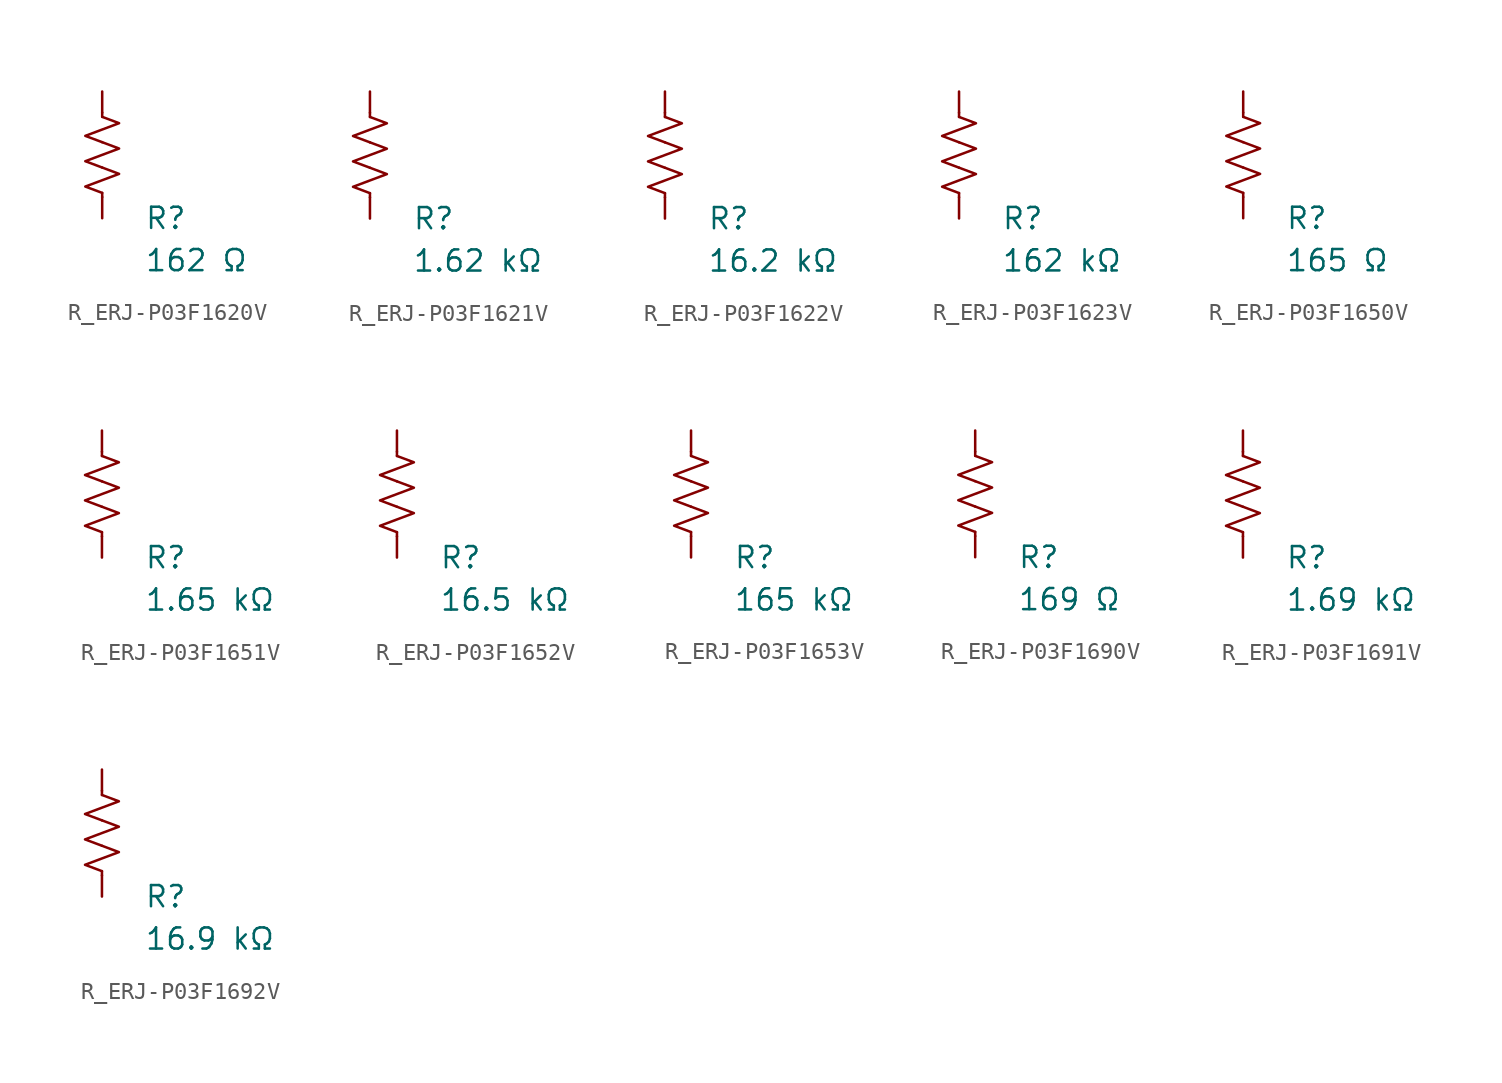
<source format=kicad_sym>
(kicad_symbol_lib
  (version 20231120)
  (generator "kicad_symbol_editor")
  (generator_version "8.0")
  (symbol "R_ERJ-P03F1620V"
    (pin_numbers hide)
    (pin_names
      (offset 0))
    (property "Reference" "R"
      (at 2.54 -3.81 0)
      (effects (font (size 1.27 1.27)) (justify left))
      (show_name no))
    (property "Value" "162 Ω"
      (at 2.54 -6.35 0)
      (effects (font (size 1.27 1.27)) (justify left))
      (show_name no))
    (symbol "R_ERJ-P03F1620V_0_1"
      (polyline (pts (xy 0 -2.286) (xy 0 -2.54)) (stroke (width 0) (type default)) (fill (type none)))
      (polyline (pts (xy 0 2.286) (xy 0 2.54)) (stroke (width 0) (type default)) (fill (type none)))
      (polyline (pts (xy 0 -0.762) (xy 1.016 -1.143) (xy 0 -1.524) (xy -1.016 -1.905) (xy 0 -2.286)) (stroke (width 0) (type default)) (fill (type none)))
      (polyline (pts (xy 0 0.762) (xy 1.016 0.381) (xy 0 0) (xy -1.016 -0.381) (xy 0 -0.762)) (stroke (width 0) (type default)) (fill (type none)))
      (polyline (pts (xy 0 2.286) (xy 1.016 1.905) (xy 0 1.524) (xy -1.016 1.143) (xy 0 0.762)) (stroke (width 0) (type default)) (fill (type none))))
    (symbol "R_ERJ-P03F1620V_1_1"
      (pin passive line (at 0 3.81 270) (length 1.27) (name "~" (effects (font (size 1.27 1.27)))) (number "1" (effects (font (size 1.27 1.27)))))
      (pin passive line (at 0 -3.81 90) (length 1.27) (name "~" (effects (font (size 1.27 1.27)))) (number "2" (effects (font (size 1.27 1.27)))))))
  (symbol "R_ERJ-P03F1621V"
    (pin_numbers hide)
    (pin_names
      (offset 0))
    (property "Reference" "R"
      (at 2.54 -3.81 0)
      (effects (font (size 1.27 1.27)) (justify left))
      (show_name no))
    (property "Value" "1.62 kΩ"
      (at 2.54 -6.35 0)
      (effects (font (size 1.27 1.27)) (justify left))
      (show_name no))
    (symbol "R_ERJ-P03F1621V_0_1"
      (polyline (pts (xy 0 -2.286) (xy 0 -2.54)) (stroke (width 0) (type default)) (fill (type none)))
      (polyline (pts (xy 0 2.286) (xy 0 2.54)) (stroke (width 0) (type default)) (fill (type none)))
      (polyline (pts (xy 0 -0.762) (xy 1.016 -1.143) (xy 0 -1.524) (xy -1.016 -1.905) (xy 0 -2.286)) (stroke (width 0) (type default)) (fill (type none)))
      (polyline (pts (xy 0 0.762) (xy 1.016 0.381) (xy 0 0) (xy -1.016 -0.381) (xy 0 -0.762)) (stroke (width 0) (type default)) (fill (type none)))
      (polyline (pts (xy 0 2.286) (xy 1.016 1.905) (xy 0 1.524) (xy -1.016 1.143) (xy 0 0.762)) (stroke (width 0) (type default)) (fill (type none))))
    (symbol "R_ERJ-P03F1621V_1_1"
      (pin passive line (at 0 3.81 270) (length 1.27) (name "~" (effects (font (size 1.27 1.27)))) (number "1" (effects (font (size 1.27 1.27)))))
      (pin passive line (at 0 -3.81 90) (length 1.27) (name "~" (effects (font (size 1.27 1.27)))) (number "2" (effects (font (size 1.27 1.27)))))))
  (symbol "R_ERJ-P03F1622V"
    (pin_numbers hide)
    (pin_names
      (offset 0))
    (property "Reference" "R"
      (at 2.54 -3.81 0)
      (effects (font (size 1.27 1.27)) (justify left))
      (show_name no))
    (property "Value" "16.2 kΩ"
      (at 2.54 -6.35 0)
      (effects (font (size 1.27 1.27)) (justify left))
      (show_name no))
    (symbol "R_ERJ-P03F1622V_0_1"
      (polyline (pts (xy 0 -2.286) (xy 0 -2.54)) (stroke (width 0) (type default)) (fill (type none)))
      (polyline (pts (xy 0 2.286) (xy 0 2.54)) (stroke (width 0) (type default)) (fill (type none)))
      (polyline (pts (xy 0 -0.762) (xy 1.016 -1.143) (xy 0 -1.524) (xy -1.016 -1.905) (xy 0 -2.286)) (stroke (width 0) (type default)) (fill (type none)))
      (polyline (pts (xy 0 0.762) (xy 1.016 0.381) (xy 0 0) (xy -1.016 -0.381) (xy 0 -0.762)) (stroke (width 0) (type default)) (fill (type none)))
      (polyline (pts (xy 0 2.286) (xy 1.016 1.905) (xy 0 1.524) (xy -1.016 1.143) (xy 0 0.762)) (stroke (width 0) (type default)) (fill (type none))))
    (symbol "R_ERJ-P03F1622V_1_1"
      (pin passive line (at 0 3.81 270) (length 1.27) (name "~" (effects (font (size 1.27 1.27)))) (number "1" (effects (font (size 1.27 1.27)))))
      (pin passive line (at 0 -3.81 90) (length 1.27) (name "~" (effects (font (size 1.27 1.27)))) (number "2" (effects (font (size 1.27 1.27)))))))
  (symbol "R_ERJ-P03F1623V"
    (pin_numbers hide)
    (pin_names
      (offset 0))
    (property "Reference" "R"
      (at 2.54 -3.81 0)
      (effects (font (size 1.27 1.27)) (justify left))
      (show_name no))
    (property "Value" "162 kΩ"
      (at 2.54 -6.35 0)
      (effects (font (size 1.27 1.27)) (justify left))
      (show_name no))
    (symbol "R_ERJ-P03F1623V_0_1"
      (polyline (pts (xy 0 -2.286) (xy 0 -2.54)) (stroke (width 0) (type default)) (fill (type none)))
      (polyline (pts (xy 0 2.286) (xy 0 2.54)) (stroke (width 0) (type default)) (fill (type none)))
      (polyline (pts (xy 0 -0.762) (xy 1.016 -1.143) (xy 0 -1.524) (xy -1.016 -1.905) (xy 0 -2.286)) (stroke (width 0) (type default)) (fill (type none)))
      (polyline (pts (xy 0 0.762) (xy 1.016 0.381) (xy 0 0) (xy -1.016 -0.381) (xy 0 -0.762)) (stroke (width 0) (type default)) (fill (type none)))
      (polyline (pts (xy 0 2.286) (xy 1.016 1.905) (xy 0 1.524) (xy -1.016 1.143) (xy 0 0.762)) (stroke (width 0) (type default)) (fill (type none))))
    (symbol "R_ERJ-P03F1623V_1_1"
      (pin passive line (at 0 3.81 270) (length 1.27) (name "~" (effects (font (size 1.27 1.27)))) (number "1" (effects (font (size 1.27 1.27)))))
      (pin passive line (at 0 -3.81 90) (length 1.27) (name "~" (effects (font (size 1.27 1.27)))) (number "2" (effects (font (size 1.27 1.27)))))))
  (symbol "R_ERJ-P03F1650V"
    (pin_numbers hide)
    (pin_names
      (offset 0))
    (property "Reference" "R"
      (at 2.54 -3.81 0)
      (effects (font (size 1.27 1.27)) (justify left))
      (show_name no))
    (property "Value" "165 Ω"
      (at 2.54 -6.35 0)
      (effects (font (size 1.27 1.27)) (justify left))
      (show_name no))
    (symbol "R_ERJ-P03F1650V_0_1"
      (polyline (pts (xy 0 -2.286) (xy 0 -2.54)) (stroke (width 0) (type default)) (fill (type none)))
      (polyline (pts (xy 0 2.286) (xy 0 2.54)) (stroke (width 0) (type default)) (fill (type none)))
      (polyline (pts (xy 0 -0.762) (xy 1.016 -1.143) (xy 0 -1.524) (xy -1.016 -1.905) (xy 0 -2.286)) (stroke (width 0) (type default)) (fill (type none)))
      (polyline (pts (xy 0 0.762) (xy 1.016 0.381) (xy 0 0) (xy -1.016 -0.381) (xy 0 -0.762)) (stroke (width 0) (type default)) (fill (type none)))
      (polyline (pts (xy 0 2.286) (xy 1.016 1.905) (xy 0 1.524) (xy -1.016 1.143) (xy 0 0.762)) (stroke (width 0) (type default)) (fill (type none))))
    (symbol "R_ERJ-P03F1650V_1_1"
      (pin passive line (at 0 3.81 270) (length 1.27) (name "~" (effects (font (size 1.27 1.27)))) (number "1" (effects (font (size 1.27 1.27)))))
      (pin passive line (at 0 -3.81 90) (length 1.27) (name "~" (effects (font (size 1.27 1.27)))) (number "2" (effects (font (size 1.27 1.27)))))))
  (symbol "R_ERJ-P03F1651V"
    (pin_numbers hide)
    (pin_names
      (offset 0))
    (property "Reference" "R"
      (at 2.54 -3.81 0)
      (effects (font (size 1.27 1.27)) (justify left))
      (show_name no))
    (property "Value" "1.65 kΩ"
      (at 2.54 -6.35 0)
      (effects (font (size 1.27 1.27)) (justify left))
      (show_name no))
    (symbol "R_ERJ-P03F1651V_0_1"
      (polyline (pts (xy 0 -2.286) (xy 0 -2.54)) (stroke (width 0) (type default)) (fill (type none)))
      (polyline (pts (xy 0 2.286) (xy 0 2.54)) (stroke (width 0) (type default)) (fill (type none)))
      (polyline (pts (xy 0 -0.762) (xy 1.016 -1.143) (xy 0 -1.524) (xy -1.016 -1.905) (xy 0 -2.286)) (stroke (width 0) (type default)) (fill (type none)))
      (polyline (pts (xy 0 0.762) (xy 1.016 0.381) (xy 0 0) (xy -1.016 -0.381) (xy 0 -0.762)) (stroke (width 0) (type default)) (fill (type none)))
      (polyline (pts (xy 0 2.286) (xy 1.016 1.905) (xy 0 1.524) (xy -1.016 1.143) (xy 0 0.762)) (stroke (width 0) (type default)) (fill (type none))))
    (symbol "R_ERJ-P03F1651V_1_1"
      (pin passive line (at 0 3.81 270) (length 1.27) (name "~" (effects (font (size 1.27 1.27)))) (number "1" (effects (font (size 1.27 1.27)))))
      (pin passive line (at 0 -3.81 90) (length 1.27) (name "~" (effects (font (size 1.27 1.27)))) (number "2" (effects (font (size 1.27 1.27)))))))
  (symbol "R_ERJ-P03F1652V"
    (pin_numbers hide)
    (pin_names
      (offset 0))
    (property "Reference" "R"
      (at 2.54 -3.81 0)
      (effects (font (size 1.27 1.27)) (justify left))
      (show_name no))
    (property "Value" "16.5 kΩ"
      (at 2.54 -6.35 0)
      (effects (font (size 1.27 1.27)) (justify left))
      (show_name no))
    (symbol "R_ERJ-P03F1652V_0_1"
      (polyline (pts (xy 0 -2.286) (xy 0 -2.54)) (stroke (width 0) (type default)) (fill (type none)))
      (polyline (pts (xy 0 2.286) (xy 0 2.54)) (stroke (width 0) (type default)) (fill (type none)))
      (polyline (pts (xy 0 -0.762) (xy 1.016 -1.143) (xy 0 -1.524) (xy -1.016 -1.905) (xy 0 -2.286)) (stroke (width 0) (type default)) (fill (type none)))
      (polyline (pts (xy 0 0.762) (xy 1.016 0.381) (xy 0 0) (xy -1.016 -0.381) (xy 0 -0.762)) (stroke (width 0) (type default)) (fill (type none)))
      (polyline (pts (xy 0 2.286) (xy 1.016 1.905) (xy 0 1.524) (xy -1.016 1.143) (xy 0 0.762)) (stroke (width 0) (type default)) (fill (type none))))
    (symbol "R_ERJ-P03F1652V_1_1"
      (pin passive line (at 0 3.81 270) (length 1.27) (name "~" (effects (font (size 1.27 1.27)))) (number "1" (effects (font (size 1.27 1.27)))))
      (pin passive line (at 0 -3.81 90) (length 1.27) (name "~" (effects (font (size 1.27 1.27)))) (number "2" (effects (font (size 1.27 1.27)))))))
  (symbol "R_ERJ-P03F1653V"
    (pin_numbers hide)
    (pin_names
      (offset 0))
    (property "Reference" "R"
      (at 2.54 -3.81 0)
      (effects (font (size 1.27 1.27)) (justify left))
      (show_name no))
    (property "Value" "165 kΩ"
      (at 2.54 -6.35 0)
      (effects (font (size 1.27 1.27)) (justify left))
      (show_name no))
    (symbol "R_ERJ-P03F1653V_0_1"
      (polyline (pts (xy 0 -2.286) (xy 0 -2.54)) (stroke (width 0) (type default)) (fill (type none)))
      (polyline (pts (xy 0 2.286) (xy 0 2.54)) (stroke (width 0) (type default)) (fill (type none)))
      (polyline (pts (xy 0 -0.762) (xy 1.016 -1.143) (xy 0 -1.524) (xy -1.016 -1.905) (xy 0 -2.286)) (stroke (width 0) (type default)) (fill (type none)))
      (polyline (pts (xy 0 0.762) (xy 1.016 0.381) (xy 0 0) (xy -1.016 -0.381) (xy 0 -0.762)) (stroke (width 0) (type default)) (fill (type none)))
      (polyline (pts (xy 0 2.286) (xy 1.016 1.905) (xy 0 1.524) (xy -1.016 1.143) (xy 0 0.762)) (stroke (width 0) (type default)) (fill (type none))))
    (symbol "R_ERJ-P03F1653V_1_1"
      (pin passive line (at 0 3.81 270) (length 1.27) (name "~" (effects (font (size 1.27 1.27)))) (number "1" (effects (font (size 1.27 1.27)))))
      (pin passive line (at 0 -3.81 90) (length 1.27) (name "~" (effects (font (size 1.27 1.27)))) (number "2" (effects (font (size 1.27 1.27)))))))
  (symbol "R_ERJ-P03F1690V"
    (pin_numbers hide)
    (pin_names
      (offset 0))
    (property "Reference" "R"
      (at 2.54 -3.81 0)
      (effects (font (size 1.27 1.27)) (justify left))
      (show_name no))
    (property "Value" "169 Ω"
      (at 2.54 -6.35 0)
      (effects (font (size 1.27 1.27)) (justify left))
      (show_name no))
    (symbol "R_ERJ-P03F1690V_0_1"
      (polyline (pts (xy 0 -2.286) (xy 0 -2.54)) (stroke (width 0) (type default)) (fill (type none)))
      (polyline (pts (xy 0 2.286) (xy 0 2.54)) (stroke (width 0) (type default)) (fill (type none)))
      (polyline (pts (xy 0 -0.762) (xy 1.016 -1.143) (xy 0 -1.524) (xy -1.016 -1.905) (xy 0 -2.286)) (stroke (width 0) (type default)) (fill (type none)))
      (polyline (pts (xy 0 0.762) (xy 1.016 0.381) (xy 0 0) (xy -1.016 -0.381) (xy 0 -0.762)) (stroke (width 0) (type default)) (fill (type none)))
      (polyline (pts (xy 0 2.286) (xy 1.016 1.905) (xy 0 1.524) (xy -1.016 1.143) (xy 0 0.762)) (stroke (width 0) (type default)) (fill (type none))))
    (symbol "R_ERJ-P03F1690V_1_1"
      (pin passive line (at 0 3.81 270) (length 1.27) (name "~" (effects (font (size 1.27 1.27)))) (number "1" (effects (font (size 1.27 1.27)))))
      (pin passive line (at 0 -3.81 90) (length 1.27) (name "~" (effects (font (size 1.27 1.27)))) (number "2" (effects (font (size 1.27 1.27)))))))
  (symbol "R_ERJ-P03F1691V"
    (pin_numbers hide)
    (pin_names
      (offset 0))
    (property "Reference" "R"
      (at 2.54 -3.81 0)
      (effects (font (size 1.27 1.27)) (justify left))
      (show_name no))
    (property "Value" "1.69 kΩ"
      (at 2.54 -6.35 0)
      (effects (font (size 1.27 1.27)) (justify left))
      (show_name no))
    (symbol "R_ERJ-P03F1691V_0_1"
      (polyline (pts (xy 0 -2.286) (xy 0 -2.54)) (stroke (width 0) (type default)) (fill (type none)))
      (polyline (pts (xy 0 2.286) (xy 0 2.54)) (stroke (width 0) (type default)) (fill (type none)))
      (polyline (pts (xy 0 -0.762) (xy 1.016 -1.143) (xy 0 -1.524) (xy -1.016 -1.905) (xy 0 -2.286)) (stroke (width 0) (type default)) (fill (type none)))
      (polyline (pts (xy 0 0.762) (xy 1.016 0.381) (xy 0 0) (xy -1.016 -0.381) (xy 0 -0.762)) (stroke (width 0) (type default)) (fill (type none)))
      (polyline (pts (xy 0 2.286) (xy 1.016 1.905) (xy 0 1.524) (xy -1.016 1.143) (xy 0 0.762)) (stroke (width 0) (type default)) (fill (type none))))
    (symbol "R_ERJ-P03F1691V_1_1"
      (pin passive line (at 0 3.81 270) (length 1.27) (name "~" (effects (font (size 1.27 1.27)))) (number "1" (effects (font (size 1.27 1.27)))))
      (pin passive line (at 0 -3.81 90) (length 1.27) (name "~" (effects (font (size 1.27 1.27)))) (number "2" (effects (font (size 1.27 1.27)))))))
  (symbol "R_ERJ-P03F1692V"
    (pin_numbers hide)
    (pin_names
      (offset 0))
    (property "Reference" "R"
      (at 2.54 -3.81 0)
      (effects (font (size 1.27 1.27)) (justify left))
      (show_name no))
    (property "Value" "16.9 kΩ"
      (at 2.54 -6.35 0)
      (effects (font (size 1.27 1.27)) (justify left))
      (show_name no))
    (symbol "R_ERJ-P03F1692V_0_1"
      (polyline (pts (xy 0 -2.286) (xy 0 -2.54)) (stroke (width 0) (type default)) (fill (type none)))
      (polyline (pts (xy 0 2.286) (xy 0 2.54)) (stroke (width 0) (type default)) (fill (type none)))
      (polyline (pts (xy 0 -0.762) (xy 1.016 -1.143) (xy 0 -1.524) (xy -1.016 -1.905) (xy 0 -2.286)) (stroke (width 0) (type default)) (fill (type none)))
      (polyline (pts (xy 0 0.762) (xy 1.016 0.381) (xy 0 0) (xy -1.016 -0.381) (xy 0 -0.762)) (stroke (width 0) (type default)) (fill (type none)))
      (polyline (pts (xy 0 2.286) (xy 1.016 1.905) (xy 0 1.524) (xy -1.016 1.143) (xy 0 0.762)) (stroke (width 0) (type default)) (fill (type none))))
    (symbol "R_ERJ-P03F1692V_1_1"
      (pin passive line (at 0 3.81 270) (length 1.27) (name "~" (effects (font (size 1.27 1.27)))) (number "1" (effects (font (size 1.27 1.27)))))
      (pin passive line (at 0 -3.81 90) (length 1.27) (name "~" (effects (font (size 1.27 1.27)))) (number "2" (effects (font (size 1.27 1.27))))))))
</source>
